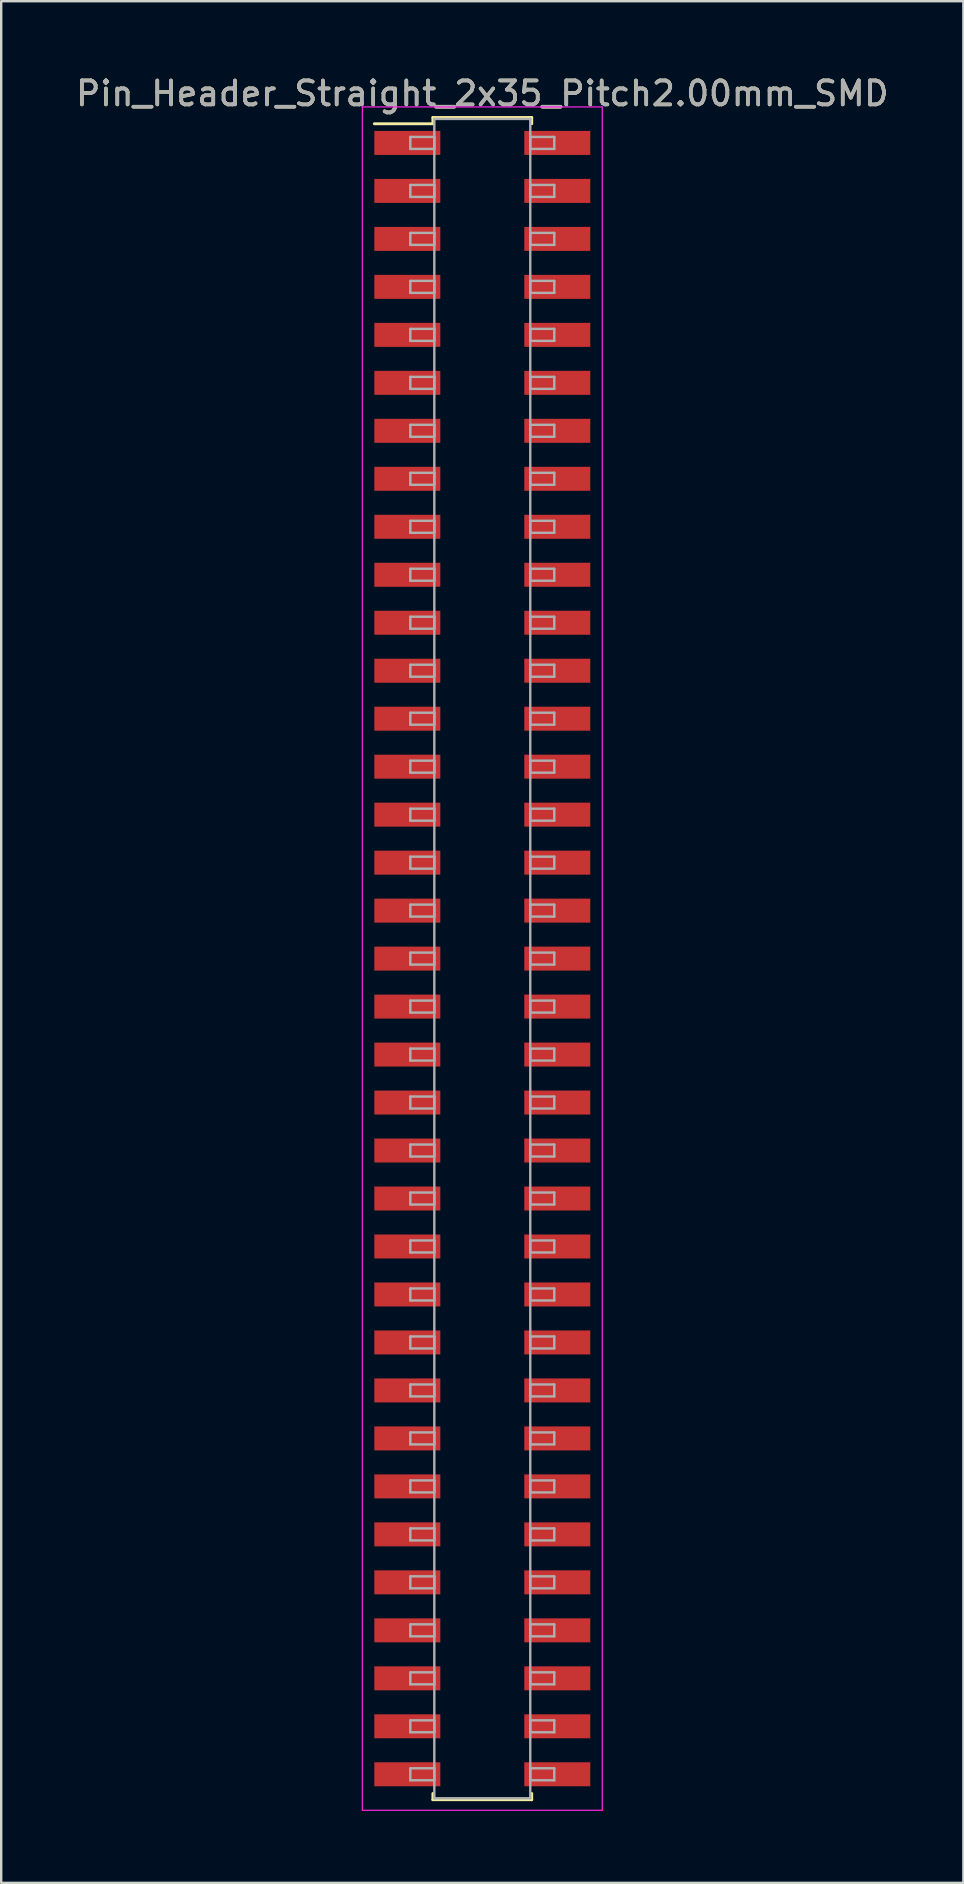
<source format=kicad_pcb>
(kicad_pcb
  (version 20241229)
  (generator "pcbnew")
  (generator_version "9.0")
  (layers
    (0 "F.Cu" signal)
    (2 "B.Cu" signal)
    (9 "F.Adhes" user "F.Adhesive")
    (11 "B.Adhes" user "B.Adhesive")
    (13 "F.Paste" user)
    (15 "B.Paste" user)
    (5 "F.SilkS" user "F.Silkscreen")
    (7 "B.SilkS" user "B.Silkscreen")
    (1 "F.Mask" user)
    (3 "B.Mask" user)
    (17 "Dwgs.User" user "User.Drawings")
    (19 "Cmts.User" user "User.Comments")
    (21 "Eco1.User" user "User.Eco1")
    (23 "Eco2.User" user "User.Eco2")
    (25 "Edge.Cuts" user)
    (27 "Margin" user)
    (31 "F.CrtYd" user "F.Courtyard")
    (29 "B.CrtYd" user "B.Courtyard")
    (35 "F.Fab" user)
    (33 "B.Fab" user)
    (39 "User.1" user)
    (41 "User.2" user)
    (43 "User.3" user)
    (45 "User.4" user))
  (footprint "Pin_Header_Straight_2x35_Pitch2.00mm_SMD"
    (layer "F.Cu")
    (at 17.054 36.908)
    (property "Reference" "Pin_Header_Straight_2x35_Pitch2.00mm_SMD" (at 0 -36.06 0) (layer "F.SilkS") (effects (font (size 1 1) (thickness 0.15))))
    (attr smd)
    (fp_line (start -4.5 -34.8) (end -2.06 -34.8) (stroke (width 0.12) (type solid)) (layer "F.SilkS"))
    (fp_line (start -2.06 -35.06) (end 2.06 -35.06) (stroke (width 0.12) (type solid)) (layer "F.SilkS"))
    (fp_line (start -2.06 -34.8) (end -2.06 -35.06) (stroke (width 0.12) (type solid)) (layer "F.SilkS"))
    (fp_line (start -2.06 34.8) (end -2.06 35.06) (stroke (width 0.12) (type solid)) (layer "F.SilkS"))
    (fp_line (start -2.06 35.06) (end 2.06 35.06) (stroke (width 0.12) (type solid)) (layer "F.SilkS"))
    (fp_line (start 2.06 -35.06) (end 2.06 -34.8) (stroke (width 0.12) (type solid)) (layer "F.SilkS"))
    (fp_line (start 2.06 35.06) (end 2.06 34.8) (stroke (width 0.12) (type solid)) (layer "F.SilkS"))
    (fp_line (start -5 -35.5) (end -5 35.5) (stroke (width 0.05) (type solid)) (layer "F.CrtYd"))
    (fp_line (start -5 35.5) (end 5 35.5) (stroke (width 0.05) (type solid)) (layer "F.CrtYd"))
    (fp_line (start 5 -35.5) (end -5 -35.5) (stroke (width 0.05) (type solid)) (layer "F.CrtYd"))
    (fp_line (start 5 35.5) (end 5 -35.5) (stroke (width 0.05) (type solid)) (layer "F.CrtYd"))
    (fp_line (start -3 -34.25) (end -2 -34.25) (stroke (width 0.1) (type solid)) (layer "F.Fab"))
    (fp_line (start -3 -33.75) (end -3 -34.25) (stroke (width 0.1) (type solid)) (layer "F.Fab"))
    (fp_line (start -3 -32.25) (end -2 -32.25) (stroke (width 0.1) (type solid)) (layer "F.Fab"))
    (fp_line (start -3 -31.75) (end -3 -32.25) (stroke (width 0.1) (type solid)) (layer "F.Fab"))
    (fp_line (start -3 -30.25) (end -2 -30.25) (stroke (width 0.1) (type solid)) (layer "F.Fab"))
    (fp_line (start -3 -29.75) (end -3 -30.25) (stroke (width 0.1) (type solid)) (layer "F.Fab"))
    (fp_line (start -3 -28.25) (end -2 -28.25) (stroke (width 0.1) (type solid)) (layer "F.Fab"))
    (fp_line (start -3 -27.75) (end -3 -28.25) (stroke (width 0.1) (type solid)) (layer "F.Fab"))
    (fp_line (start -3 -26.25) (end -2 -26.25) (stroke (width 0.1) (type solid)) (layer "F.Fab"))
    (fp_line (start -3 -25.75) (end -3 -26.25) (stroke (width 0.1) (type solid)) (layer "F.Fab"))
    (fp_line (start -3 -24.25) (end -2 -24.25) (stroke (width 0.1) (type solid)) (layer "F.Fab"))
    (fp_line (start -3 -23.75) (end -3 -24.25) (stroke (width 0.1) (type solid)) (layer "F.Fab"))
    (fp_line (start -3 -22.25) (end -2 -22.25) (stroke (width 0.1) (type solid)) (layer "F.Fab"))
    (fp_line (start -3 -21.75) (end -3 -22.25) (stroke (width 0.1) (type solid)) (layer "F.Fab"))
    (fp_line (start -3 -20.25) (end -2 -20.25) (stroke (width 0.1) (type solid)) (layer "F.Fab"))
    (fp_line (start -3 -19.75) (end -3 -20.25) (stroke (width 0.1) (type solid)) (layer "F.Fab"))
    (fp_line (start -3 -18.25) (end -2 -18.25) (stroke (width 0.1) (type solid)) (layer "F.Fab"))
    (fp_line (start -3 -17.75) (end -3 -18.25) (stroke (width 0.1) (type solid)) (layer "F.Fab"))
    (fp_line (start -3 -16.25) (end -2 -16.25) (stroke (width 0.1) (type solid)) (layer "F.Fab"))
    (fp_line (start -3 -15.75) (end -3 -16.25) (stroke (width 0.1) (type solid)) (layer "F.Fab"))
    (fp_line (start -3 -14.25) (end -2 -14.25) (stroke (width 0.1) (type solid)) (layer "F.Fab"))
    (fp_line (start -3 -13.75) (end -3 -14.25) (stroke (width 0.1) (type solid)) (layer "F.Fab"))
    (fp_line (start -3 -12.25) (end -2 -12.25) (stroke (width 0.1) (type solid)) (layer "F.Fab"))
    (fp_line (start -3 -11.75) (end -3 -12.25) (stroke (width 0.1) (type solid)) (layer "F.Fab"))
    (fp_line (start -3 -10.25) (end -2 -10.25) (stroke (width 0.1) (type solid)) (layer "F.Fab"))
    (fp_line (start -3 -9.75) (end -3 -10.25) (stroke (width 0.1) (type solid)) (layer "F.Fab"))
    (fp_line (start -3 -8.25) (end -2 -8.25) (stroke (width 0.1) (type solid)) (layer "F.Fab"))
    (fp_line (start -3 -7.75) (end -3 -8.25) (stroke (width 0.1) (type solid)) (layer "F.Fab"))
    (fp_line (start -3 -6.25) (end -2 -6.25) (stroke (width 0.1) (type solid)) (layer "F.Fab"))
    (fp_line (start -3 -5.75) (end -3 -6.25) (stroke (width 0.1) (type solid)) (layer "F.Fab"))
    (fp_line (start -3 -4.25) (end -2 -4.25) (stroke (width 0.1) (type solid)) (layer "F.Fab"))
    (fp_line (start -3 -3.75) (end -3 -4.25) (stroke (width 0.1) (type solid)) (layer "F.Fab"))
    (fp_line (start -3 -2.25) (end -2 -2.25) (stroke (width 0.1) (type solid)) (layer "F.Fab"))
    (fp_line (start -3 -1.75) (end -3 -2.25) (stroke (width 0.1) (type solid)) (layer "F.Fab"))
    (fp_line (start -3 -0.25) (end -2 -0.25) (stroke (width 0.1) (type solid)) (layer "F.Fab"))
    (fp_line (start -3 0.25) (end -3 -0.25) (stroke (width 0.1) (type solid)) (layer "F.Fab"))
    (fp_line (start -3 1.75) (end -2 1.75) (stroke (width 0.1) (type solid)) (layer "F.Fab"))
    (fp_line (start -3 2.25) (end -3 1.75) (stroke (width 0.1) (type solid)) (layer "F.Fab"))
    (fp_line (start -3 3.75) (end -2 3.75) (stroke (width 0.1) (type solid)) (layer "F.Fab"))
    (fp_line (start -3 4.25) (end -3 3.75) (stroke (width 0.1) (type solid)) (layer "F.Fab"))
    (fp_line (start -3 5.75) (end -2 5.75) (stroke (width 0.1) (type solid)) (layer "F.Fab"))
    (fp_line (start -3 6.25) (end -3 5.75) (stroke (width 0.1) (type solid)) (layer "F.Fab"))
    (fp_line (start -3 7.75) (end -2 7.75) (stroke (width 0.1) (type solid)) (layer "F.Fab"))
    (fp_line (start -3 8.25) (end -3 7.75) (stroke (width 0.1) (type solid)) (layer "F.Fab"))
    (fp_line (start -3 9.75) (end -2 9.75) (stroke (width 0.1) (type solid)) (layer "F.Fab"))
    (fp_line (start -3 10.25) (end -3 9.75) (stroke (width 0.1) (type solid)) (layer "F.Fab"))
    (fp_line (start -3 11.75) (end -2 11.75) (stroke (width 0.1) (type solid)) (layer "F.Fab"))
    (fp_line (start -3 12.25) (end -3 11.75) (stroke (width 0.1) (type solid)) (layer "F.Fab"))
    (fp_line (start -3 13.75) (end -2 13.75) (stroke (width 0.1) (type solid)) (layer "F.Fab"))
    (fp_line (start -3 14.25) (end -3 13.75) (stroke (width 0.1) (type solid)) (layer "F.Fab"))
    (fp_line (start -3 15.75) (end -2 15.75) (stroke (width 0.1) (type solid)) (layer "F.Fab"))
    (fp_line (start -3 16.25) (end -3 15.75) (stroke (width 0.1) (type solid)) (layer "F.Fab"))
    (fp_line (start -3 17.75) (end -2 17.75) (stroke (width 0.1) (type solid)) (layer "F.Fab"))
    (fp_line (start -3 18.25) (end -3 17.75) (stroke (width 0.1) (type solid)) (layer "F.Fab"))
    (fp_line (start -3 19.75) (end -2 19.75) (stroke (width 0.1) (type solid)) (layer "F.Fab"))
    (fp_line (start -3 20.25) (end -3 19.75) (stroke (width 0.1) (type solid)) (layer "F.Fab"))
    (fp_line (start -3 21.75) (end -2 21.75) (stroke (width 0.1) (type solid)) (layer "F.Fab"))
    (fp_line (start -3 22.25) (end -3 21.75) (stroke (width 0.1) (type solid)) (layer "F.Fab"))
    (fp_line (start -3 23.75) (end -2 23.75) (stroke (width 0.1) (type solid)) (layer "F.Fab"))
    (fp_line (start -3 24.25) (end -3 23.75) (stroke (width 0.1) (type solid)) (layer "F.Fab"))
    (fp_line (start -3 25.75) (end -2 25.75) (stroke (width 0.1) (type solid)) (layer "F.Fab"))
    (fp_line (start -3 26.25) (end -3 25.75) (stroke (width 0.1) (type solid)) (layer "F.Fab"))
    (fp_line (start -3 27.75) (end -2 27.75) (stroke (width 0.1) (type solid)) (layer "F.Fab"))
    (fp_line (start -3 28.25) (end -3 27.75) (stroke (width 0.1) (type solid)) (layer "F.Fab"))
    (fp_line (start -3 29.75) (end -2 29.75) (stroke (width 0.1) (type solid)) (layer "F.Fab"))
    (fp_line (start -3 30.25) (end -3 29.75) (stroke (width 0.1) (type solid)) (layer "F.Fab"))
    (fp_line (start -3 31.75) (end -2 31.75) (stroke (width 0.1) (type solid)) (layer "F.Fab"))
    (fp_line (start -3 32.25) (end -3 31.75) (stroke (width 0.1) (type solid)) (layer "F.Fab"))
    (fp_line (start -3 33.75) (end -2 33.75) (stroke (width 0.1) (type solid)) (layer "F.Fab"))
    (fp_line (start -3 34.25) (end -3 33.75) (stroke (width 0.1) (type solid)) (layer "F.Fab"))
    (fp_line (start -2 -35) (end -2 35) (stroke (width 0.1) (type solid)) (layer "F.Fab"))
    (fp_line (start -2 -34.25) (end -2 -33.75) (stroke (width 0.1) (type solid)) (layer "F.Fab"))
    (fp_line (start -2 -33.75) (end -3 -33.75) (stroke (width 0.1) (type solid)) (layer "F.Fab"))
    (fp_line (start -2 -32.25) (end -2 -31.75) (stroke (width 0.1) (type solid)) (layer "F.Fab"))
    (fp_line (start -2 -31.75) (end -3 -31.75) (stroke (width 0.1) (type solid)) (layer "F.Fab"))
    (fp_line (start -2 -30.25) (end -2 -29.75) (stroke (width 0.1) (type solid)) (layer "F.Fab"))
    (fp_line (start -2 -29.75) (end -3 -29.75) (stroke (width 0.1) (type solid)) (layer "F.Fab"))
    (fp_line (start -2 -28.25) (end -2 -27.75) (stroke (width 0.1) (type solid)) (layer "F.Fab"))
    (fp_line (start -2 -27.75) (end -3 -27.75) (stroke (width 0.1) (type solid)) (layer "F.Fab"))
    (fp_line (start -2 -26.25) (end -2 -25.75) (stroke (width 0.1) (type solid)) (layer "F.Fab"))
    (fp_line (start -2 -25.75) (end -3 -25.75) (stroke (width 0.1) (type solid)) (layer "F.Fab"))
    (fp_line (start -2 -24.25) (end -2 -23.75) (stroke (width 0.1) (type solid)) (layer "F.Fab"))
    (fp_line (start -2 -23.75) (end -3 -23.75) (stroke (width 0.1) (type solid)) (layer "F.Fab"))
    (fp_line (start -2 -22.25) (end -2 -21.75) (stroke (width 0.1) (type solid)) (layer "F.Fab"))
    (fp_line (start -2 -21.75) (end -3 -21.75) (stroke (width 0.1) (type solid)) (layer "F.Fab"))
    (fp_line (start -2 -20.25) (end -2 -19.75) (stroke (width 0.1) (type solid)) (layer "F.Fab"))
    (fp_line (start -2 -19.75) (end -3 -19.75) (stroke (width 0.1) (type solid)) (layer "F.Fab"))
    (fp_line (start -2 -18.25) (end -2 -17.75) (stroke (width 0.1) (type solid)) (layer "F.Fab"))
    (fp_line (start -2 -17.75) (end -3 -17.75) (stroke (width 0.1) (type solid)) (layer "F.Fab"))
    (fp_line (start -2 -16.25) (end -2 -15.75) (stroke (width 0.1) (type solid)) (layer "F.Fab"))
    (fp_line (start -2 -15.75) (end -3 -15.75) (stroke (width 0.1) (type solid)) (layer "F.Fab"))
    (fp_line (start -2 -14.25) (end -2 -13.75) (stroke (width 0.1) (type solid)) (layer "F.Fab"))
    (fp_line (start -2 -13.75) (end -3 -13.75) (stroke (width 0.1) (type solid)) (layer "F.Fab"))
    (fp_line (start -2 -12.25) (end -2 -11.75) (stroke (width 0.1) (type solid)) (layer "F.Fab"))
    (fp_line (start -2 -11.75) (end -3 -11.75) (stroke (width 0.1) (type solid)) (layer "F.Fab"))
    (fp_line (start -2 -10.25) (end -2 -9.75) (stroke (width 0.1) (type solid)) (layer "F.Fab"))
    (fp_line (start -2 -9.75) (end -3 -9.75) (stroke (width 0.1) (type solid)) (layer "F.Fab"))
    (fp_line (start -2 -8.25) (end -2 -7.75) (stroke (width 0.1) (type solid)) (layer "F.Fab"))
    (fp_line (start -2 -7.75) (end -3 -7.75) (stroke (width 0.1) (type solid)) (layer "F.Fab"))
    (fp_line (start -2 -6.25) (end -2 -5.75) (stroke (width 0.1) (type solid)) (layer "F.Fab"))
    (fp_line (start -2 -5.75) (end -3 -5.75) (stroke (width 0.1) (type solid)) (layer "F.Fab"))
    (fp_line (start -2 -4.25) (end -2 -3.75) (stroke (width 0.1) (type solid)) (layer "F.Fab"))
    (fp_line (start -2 -3.75) (end -3 -3.75) (stroke (width 0.1) (type solid)) (layer "F.Fab"))
    (fp_line (start -2 -2.25) (end -2 -1.75) (stroke (width 0.1) (type solid)) (layer "F.Fab"))
    (fp_line (start -2 -1.75) (end -3 -1.75) (stroke (width 0.1) (type solid)) (layer "F.Fab"))
    (fp_line (start -2 -0.25) (end -2 0.25) (stroke (width 0.1) (type solid)) (layer "F.Fab"))
    (fp_line (start -2 0.25) (end -3 0.25) (stroke (width 0.1) (type solid)) (layer "F.Fab"))
    (fp_line (start -2 1.75) (end -2 2.25) (stroke (width 0.1) (type solid)) (layer "F.Fab"))
    (fp_line (start -2 2.25) (end -3 2.25) (stroke (width 0.1) (type solid)) (layer "F.Fab"))
    (fp_line (start -2 3.75) (end -2 4.25) (stroke (width 0.1) (type solid)) (layer "F.Fab"))
    (fp_line (start -2 4.25) (end -3 4.25) (stroke (width 0.1) (type solid)) (layer "F.Fab"))
    (fp_line (start -2 5.75) (end -2 6.25) (stroke (width 0.1) (type solid)) (layer "F.Fab"))
    (fp_line (start -2 6.25) (end -3 6.25) (stroke (width 0.1) (type solid)) (layer "F.Fab"))
    (fp_line (start -2 7.75) (end -2 8.25) (stroke (width 0.1) (type solid)) (layer "F.Fab"))
    (fp_line (start -2 8.25) (end -3 8.25) (stroke (width 0.1) (type solid)) (layer "F.Fab"))
    (fp_line (start -2 9.75) (end -2 10.25) (stroke (width 0.1) (type solid)) (layer "F.Fab"))
    (fp_line (start -2 10.25) (end -3 10.25) (stroke (width 0.1) (type solid)) (layer "F.Fab"))
    (fp_line (start -2 11.75) (end -2 12.25) (stroke (width 0.1) (type solid)) (layer "F.Fab"))
    (fp_line (start -2 12.25) (end -3 12.25) (stroke (width 0.1) (type solid)) (layer "F.Fab"))
    (fp_line (start -2 13.75) (end -2 14.25) (stroke (width 0.1) (type solid)) (layer "F.Fab"))
    (fp_line (start -2 14.25) (end -3 14.25) (stroke (width 0.1) (type solid)) (layer "F.Fab"))
    (fp_line (start -2 15.75) (end -2 16.25) (stroke (width 0.1) (type solid)) (layer "F.Fab"))
    (fp_line (start -2 16.25) (end -3 16.25) (stroke (width 0.1) (type solid)) (layer "F.Fab"))
    (fp_line (start -2 17.75) (end -2 18.25) (stroke (width 0.1) (type solid)) (layer "F.Fab"))
    (fp_line (start -2 18.25) (end -3 18.25) (stroke (width 0.1) (type solid)) (layer "F.Fab"))
    (fp_line (start -2 19.75) (end -2 20.25) (stroke (width 0.1) (type solid)) (layer "F.Fab"))
    (fp_line (start -2 20.25) (end -3 20.25) (stroke (width 0.1) (type solid)) (layer "F.Fab"))
    (fp_line (start -2 21.75) (end -2 22.25) (stroke (width 0.1) (type solid)) (layer "F.Fab"))
    (fp_line (start -2 22.25) (end -3 22.25) (stroke (width 0.1) (type solid)) (layer "F.Fab"))
    (fp_line (start -2 23.75) (end -2 24.25) (stroke (width 0.1) (type solid)) (layer "F.Fab"))
    (fp_line (start -2 24.25) (end -3 24.25) (stroke (width 0.1) (type solid)) (layer "F.Fab"))
    (fp_line (start -2 25.75) (end -2 26.25) (stroke (width 0.1) (type solid)) (layer "F.Fab"))
    (fp_line (start -2 26.25) (end -3 26.25) (stroke (width 0.1) (type solid)) (layer "F.Fab"))
    (fp_line (start -2 27.75) (end -2 28.25) (stroke (width 0.1) (type solid)) (layer "F.Fab"))
    (fp_line (start -2 28.25) (end -3 28.25) (stroke (width 0.1) (type solid)) (layer "F.Fab"))
    (fp_line (start -2 29.75) (end -2 30.25) (stroke (width 0.1) (type solid)) (layer "F.Fab"))
    (fp_line (start -2 30.25) (end -3 30.25) (stroke (width 0.1) (type solid)) (layer "F.Fab"))
    (fp_line (start -2 31.75) (end -2 32.25) (stroke (width 0.1) (type solid)) (layer "F.Fab"))
    (fp_line (start -2 32.25) (end -3 32.25) (stroke (width 0.1) (type solid)) (layer "F.Fab"))
    (fp_line (start -2 33.75) (end -2 34.25) (stroke (width 0.1) (type solid)) (layer "F.Fab"))
    (fp_line (start -2 34.25) (end -3 34.25) (stroke (width 0.1) (type solid)) (layer "F.Fab"))
    (fp_line (start -2 35) (end 2 35) (stroke (width 0.1) (type solid)) (layer "F.Fab"))
    (fp_line (start 2 -35) (end -2 -35) (stroke (width 0.1) (type solid)) (layer "F.Fab"))
    (fp_line (start 2 -34.25) (end 2 -33.75) (stroke (width 0.1) (type solid)) (layer "F.Fab"))
    (fp_line (start 2 -33.75) (end 3 -33.75) (stroke (width 0.1) (type solid)) (layer "F.Fab"))
    (fp_line (start 2 -32.25) (end 2 -31.75) (stroke (width 0.1) (type solid)) (layer "F.Fab"))
    (fp_line (start 2 -31.75) (end 3 -31.75) (stroke (width 0.1) (type solid)) (layer "F.Fab"))
    (fp_line (start 2 -30.25) (end 2 -29.75) (stroke (width 0.1) (type solid)) (layer "F.Fab"))
    (fp_line (start 2 -29.75) (end 3 -29.75) (stroke (width 0.1) (type solid)) (layer "F.Fab"))
    (fp_line (start 2 -28.25) (end 2 -27.75) (stroke (width 0.1) (type solid)) (layer "F.Fab"))
    (fp_line (start 2 -27.75) (end 3 -27.75) (stroke (width 0.1) (type solid)) (layer "F.Fab"))
    (fp_line (start 2 -26.25) (end 2 -25.75) (stroke (width 0.1) (type solid)) (layer "F.Fab"))
    (fp_line (start 2 -25.75) (end 3 -25.75) (stroke (width 0.1) (type solid)) (layer "F.Fab"))
    (fp_line (start 2 -24.25) (end 2 -23.75) (stroke (width 0.1) (type solid)) (layer "F.Fab"))
    (fp_line (start 2 -23.75) (end 3 -23.75) (stroke (width 0.1) (type solid)) (layer "F.Fab"))
    (fp_line (start 2 -22.25) (end 2 -21.75) (stroke (width 0.1) (type solid)) (layer "F.Fab"))
    (fp_line (start 2 -21.75) (end 3 -21.75) (stroke (width 0.1) (type solid)) (layer "F.Fab"))
    (fp_line (start 2 -20.25) (end 2 -19.75) (stroke (width 0.1) (type solid)) (layer "F.Fab"))
    (fp_line (start 2 -19.75) (end 3 -19.75) (stroke (width 0.1) (type solid)) (layer "F.Fab"))
    (fp_line (start 2 -18.25) (end 2 -17.75) (stroke (width 0.1) (type solid)) (layer "F.Fab"))
    (fp_line (start 2 -17.75) (end 3 -17.75) (stroke (width 0.1) (type solid)) (layer "F.Fab"))
    (fp_line (start 2 -16.25) (end 2 -15.75) (stroke (width 0.1) (type solid)) (layer "F.Fab"))
    (fp_line (start 2 -15.75) (end 3 -15.75) (stroke (width 0.1) (type solid)) (layer "F.Fab"))
    (fp_line (start 2 -14.25) (end 2 -13.75) (stroke (width 0.1) (type solid)) (layer "F.Fab"))
    (fp_line (start 2 -13.75) (end 3 -13.75) (stroke (width 0.1) (type solid)) (layer "F.Fab"))
    (fp_line (start 2 -12.25) (end 2 -11.75) (stroke (width 0.1) (type solid)) (layer "F.Fab"))
    (fp_line (start 2 -11.75) (end 3 -11.75) (stroke (width 0.1) (type solid)) (layer "F.Fab"))
    (fp_line (start 2 -10.25) (end 2 -9.75) (stroke (width 0.1) (type solid)) (layer "F.Fab"))
    (fp_line (start 2 -9.75) (end 3 -9.75) (stroke (width 0.1) (type solid)) (layer "F.Fab"))
    (fp_line (start 2 -8.25) (end 2 -7.75) (stroke (width 0.1) (type solid)) (layer "F.Fab"))
    (fp_line (start 2 -7.75) (end 3 -7.75) (stroke (width 0.1) (type solid)) (layer "F.Fab"))
    (fp_line (start 2 -6.25) (end 2 -5.75) (stroke (width 0.1) (type solid)) (layer "F.Fab"))
    (fp_line (start 2 -5.75) (end 3 -5.75) (stroke (width 0.1) (type solid)) (layer "F.Fab"))
    (fp_line (start 2 -4.25) (end 2 -3.75) (stroke (width 0.1) (type solid)) (layer "F.Fab"))
    (fp_line (start 2 -3.75) (end 3 -3.75) (stroke (width 0.1) (type solid)) (layer "F.Fab"))
    (fp_line (start 2 -2.25) (end 2 -1.75) (stroke (width 0.1) (type solid)) (layer "F.Fab"))
    (fp_line (start 2 -1.75) (end 3 -1.75) (stroke (width 0.1) (type solid)) (layer "F.Fab"))
    (fp_line (start 2 -0.25) (end 2 0.25) (stroke (width 0.1) (type solid)) (layer "F.Fab"))
    (fp_line (start 2 0.25) (end 3 0.25) (stroke (width 0.1) (type solid)) (layer "F.Fab"))
    (fp_line (start 2 1.75) (end 2 2.25) (stroke (width 0.1) (type solid)) (layer "F.Fab"))
    (fp_line (start 2 2.25) (end 3 2.25) (stroke (width 0.1) (type solid)) (layer "F.Fab"))
    (fp_line (start 2 3.75) (end 2 4.25) (stroke (width 0.1) (type solid)) (layer "F.Fab"))
    (fp_line (start 2 4.25) (end 3 4.25) (stroke (width 0.1) (type solid)) (layer "F.Fab"))
    (fp_line (start 2 5.75) (end 2 6.25) (stroke (width 0.1) (type solid)) (layer "F.Fab"))
    (fp_line (start 2 6.25) (end 3 6.25) (stroke (width 0.1) (type solid)) (layer "F.Fab"))
    (fp_line (start 2 7.75) (end 2 8.25) (stroke (width 0.1) (type solid)) (layer "F.Fab"))
    (fp_line (start 2 8.25) (end 3 8.25) (stroke (width 0.1) (type solid)) (layer "F.Fab"))
    (fp_line (start 2 9.75) (end 2 10.25) (stroke (width 0.1) (type solid)) (layer "F.Fab"))
    (fp_line (start 2 10.25) (end 3 10.25) (stroke (width 0.1) (type solid)) (layer "F.Fab"))
    (fp_line (start 2 11.75) (end 2 12.25) (stroke (width 0.1) (type solid)) (layer "F.Fab"))
    (fp_line (start 2 12.25) (end 3 12.25) (stroke (width 0.1) (type solid)) (layer "F.Fab"))
    (fp_line (start 2 13.75) (end 2 14.25) (stroke (width 0.1) (type solid)) (layer "F.Fab"))
    (fp_line (start 2 14.25) (end 3 14.25) (stroke (width 0.1) (type solid)) (layer "F.Fab"))
    (fp_line (start 2 15.75) (end 2 16.25) (stroke (width 0.1) (type solid)) (layer "F.Fab"))
    (fp_line (start 2 16.25) (end 3 16.25) (stroke (width 0.1) (type solid)) (layer "F.Fab"))
    (fp_line (start 2 17.75) (end 2 18.25) (stroke (width 0.1) (type solid)) (layer "F.Fab"))
    (fp_line (start 2 18.25) (end 3 18.25) (stroke (width 0.1) (type solid)) (layer "F.Fab"))
    (fp_line (start 2 19.75) (end 2 20.25) (stroke (width 0.1) (type solid)) (layer "F.Fab"))
    (fp_line (start 2 20.25) (end 3 20.25) (stroke (width 0.1) (type solid)) (layer "F.Fab"))
    (fp_line (start 2 21.75) (end 2 22.25) (stroke (width 0.1) (type solid)) (layer "F.Fab"))
    (fp_line (start 2 22.25) (end 3 22.25) (stroke (width 0.1) (type solid)) (layer "F.Fab"))
    (fp_line (start 2 23.75) (end 2 24.25) (stroke (width 0.1) (type solid)) (layer "F.Fab"))
    (fp_line (start 2 24.25) (end 3 24.25) (stroke (width 0.1) (type solid)) (layer "F.Fab"))
    (fp_line (start 2 25.75) (end 2 26.25) (stroke (width 0.1) (type solid)) (layer "F.Fab"))
    (fp_line (start 2 26.25) (end 3 26.25) (stroke (width 0.1) (type solid)) (layer "F.Fab"))
    (fp_line (start 2 27.75) (end 2 28.25) (stroke (width 0.1) (type solid)) (layer "F.Fab"))
    (fp_line (start 2 28.25) (end 3 28.25) (stroke (width 0.1) (type solid)) (layer "F.Fab"))
    (fp_line (start 2 29.75) (end 2 30.25) (stroke (width 0.1) (type solid)) (layer "F.Fab"))
    (fp_line (start 2 30.25) (end 3 30.25) (stroke (width 0.1) (type solid)) (layer "F.Fab"))
    (fp_line (start 2 31.75) (end 2 32.25) (stroke (width 0.1) (type solid)) (layer "F.Fab"))
    (fp_line (start 2 32.25) (end 3 32.25) (stroke (width 0.1) (type solid)) (layer "F.Fab"))
    (fp_line (start 2 33.75) (end 2 34.25) (stroke (width 0.1) (type solid)) (layer "F.Fab"))
    (fp_line (start 2 34.25) (end 3 34.25) (stroke (width 0.1) (type solid)) (layer "F.Fab"))
    (fp_line (start 2 35) (end 2 -35) (stroke (width 0.1) (type solid)) (layer "F.Fab"))
    (fp_line (start 3 -34.25) (end 2 -34.25) (stroke (width 0.1) (type solid)) (layer "F.Fab"))
    (fp_line (start 3 -33.75) (end 3 -34.25) (stroke (width 0.1) (type solid)) (layer "F.Fab"))
    (fp_line (start 3 -32.25) (end 2 -32.25) (stroke (width 0.1) (type solid)) (layer "F.Fab"))
    (fp_line (start 3 -31.75) (end 3 -32.25) (stroke (width 0.1) (type solid)) (layer "F.Fab"))
    (fp_line (start 3 -30.25) (end 2 -30.25) (stroke (width 0.1) (type solid)) (layer "F.Fab"))
    (fp_line (start 3 -29.75) (end 3 -30.25) (stroke (width 0.1) (type solid)) (layer "F.Fab"))
    (fp_line (start 3 -28.25) (end 2 -28.25) (stroke (width 0.1) (type solid)) (layer "F.Fab"))
    (fp_line (start 3 -27.75) (end 3 -28.25) (stroke (width 0.1) (type solid)) (layer "F.Fab"))
    (fp_line (start 3 -26.25) (end 2 -26.25) (stroke (width 0.1) (type solid)) (layer "F.Fab"))
    (fp_line (start 3 -25.75) (end 3 -26.25) (stroke (width 0.1) (type solid)) (layer "F.Fab"))
    (fp_line (start 3 -24.25) (end 2 -24.25) (stroke (width 0.1) (type solid)) (layer "F.Fab"))
    (fp_line (start 3 -23.75) (end 3 -24.25) (stroke (width 0.1) (type solid)) (layer "F.Fab"))
    (fp_line (start 3 -22.25) (end 2 -22.25) (stroke (width 0.1) (type solid)) (layer "F.Fab"))
    (fp_line (start 3 -21.75) (end 3 -22.25) (stroke (width 0.1) (type solid)) (layer "F.Fab"))
    (fp_line (start 3 -20.25) (end 2 -20.25) (stroke (width 0.1) (type solid)) (layer "F.Fab"))
    (fp_line (start 3 -19.75) (end 3 -20.25) (stroke (width 0.1) (type solid)) (layer "F.Fab"))
    (fp_line (start 3 -18.25) (end 2 -18.25) (stroke (width 0.1) (type solid)) (layer "F.Fab"))
    (fp_line (start 3 -17.75) (end 3 -18.25) (stroke (width 0.1) (type solid)) (layer "F.Fab"))
    (fp_line (start 3 -16.25) (end 2 -16.25) (stroke (width 0.1) (type solid)) (layer "F.Fab"))
    (fp_line (start 3 -15.75) (end 3 -16.25) (stroke (width 0.1) (type solid)) (layer "F.Fab"))
    (fp_line (start 3 -14.25) (end 2 -14.25) (stroke (width 0.1) (type solid)) (layer "F.Fab"))
    (fp_line (start 3 -13.75) (end 3 -14.25) (stroke (width 0.1) (type solid)) (layer "F.Fab"))
    (fp_line (start 3 -12.25) (end 2 -12.25) (stroke (width 0.1) (type solid)) (layer "F.Fab"))
    (fp_line (start 3 -11.75) (end 3 -12.25) (stroke (width 0.1) (type solid)) (layer "F.Fab"))
    (fp_line (start 3 -10.25) (end 2 -10.25) (stroke (width 0.1) (type solid)) (layer "F.Fab"))
    (fp_line (start 3 -9.75) (end 3 -10.25) (stroke (width 0.1) (type solid)) (layer "F.Fab"))
    (fp_line (start 3 -8.25) (end 2 -8.25) (stroke (width 0.1) (type solid)) (layer "F.Fab"))
    (fp_line (start 3 -7.75) (end 3 -8.25) (stroke (width 0.1) (type solid)) (layer "F.Fab"))
    (fp_line (start 3 -6.25) (end 2 -6.25) (stroke (width 0.1) (type solid)) (layer "F.Fab"))
    (fp_line (start 3 -5.75) (end 3 -6.25) (stroke (width 0.1) (type solid)) (layer "F.Fab"))
    (fp_line (start 3 -4.25) (end 2 -4.25) (stroke (width 0.1) (type solid)) (layer "F.Fab"))
    (fp_line (start 3 -3.75) (end 3 -4.25) (stroke (width 0.1) (type solid)) (layer "F.Fab"))
    (fp_line (start 3 -2.25) (end 2 -2.25) (stroke (width 0.1) (type solid)) (layer "F.Fab"))
    (fp_line (start 3 -1.75) (end 3 -2.25) (stroke (width 0.1) (type solid)) (layer "F.Fab"))
    (fp_line (start 3 -0.25) (end 2 -0.25) (stroke (width 0.1) (type solid)) (layer "F.Fab"))
    (fp_line (start 3 0.25) (end 3 -0.25) (stroke (width 0.1) (type solid)) (layer "F.Fab"))
    (fp_line (start 3 1.75) (end 2 1.75) (stroke (width 0.1) (type solid)) (layer "F.Fab"))
    (fp_line (start 3 2.25) (end 3 1.75) (stroke (width 0.1) (type solid)) (layer "F.Fab"))
    (fp_line (start 3 3.75) (end 2 3.75) (stroke (width 0.1) (type solid)) (layer "F.Fab"))
    (fp_line (start 3 4.25) (end 3 3.75) (stroke (width 0.1) (type solid)) (layer "F.Fab"))
    (fp_line (start 3 5.75) (end 2 5.75) (stroke (width 0.1) (type solid)) (layer "F.Fab"))
    (fp_line (start 3 6.25) (end 3 5.75) (stroke (width 0.1) (type solid)) (layer "F.Fab"))
    (fp_line (start 3 7.75) (end 2 7.75) (stroke (width 0.1) (type solid)) (layer "F.Fab"))
    (fp_line (start 3 8.25) (end 3 7.75) (stroke (width 0.1) (type solid)) (layer "F.Fab"))
    (fp_line (start 3 9.75) (end 2 9.75) (stroke (width 0.1) (type solid)) (layer "F.Fab"))
    (fp_line (start 3 10.25) (end 3 9.75) (stroke (width 0.1) (type solid)) (layer "F.Fab"))
    (fp_line (start 3 11.75) (end 2 11.75) (stroke (width 0.1) (type solid)) (layer "F.Fab"))
    (fp_line (start 3 12.25) (end 3 11.75) (stroke (width 0.1) (type solid)) (layer "F.Fab"))
    (fp_line (start 3 13.75) (end 2 13.75) (stroke (width 0.1) (type solid)) (layer "F.Fab"))
    (fp_line (start 3 14.25) (end 3 13.75) (stroke (width 0.1) (type solid)) (layer "F.Fab"))
    (fp_line (start 3 15.75) (end 2 15.75) (stroke (width 0.1) (type solid)) (layer "F.Fab"))
    (fp_line (start 3 16.25) (end 3 15.75) (stroke (width 0.1) (type solid)) (layer "F.Fab"))
    (fp_line (start 3 17.75) (end 2 17.75) (stroke (width 0.1) (type solid)) (layer "F.Fab"))
    (fp_line (start 3 18.25) (end 3 17.75) (stroke (width 0.1) (type solid)) (layer "F.Fab"))
    (fp_line (start 3 19.75) (end 2 19.75) (stroke (width 0.1) (type solid)) (layer "F.Fab"))
    (fp_line (start 3 20.25) (end 3 19.75) (stroke (width 0.1) (type solid)) (layer "F.Fab"))
    (fp_line (start 3 21.75) (end 2 21.75) (stroke (width 0.1) (type solid)) (layer "F.Fab"))
    (fp_line (start 3 22.25) (end 3 21.75) (stroke (width 0.1) (type solid)) (layer "F.Fab"))
    (fp_line (start 3 23.75) (end 2 23.75) (stroke (width 0.1) (type solid)) (layer "F.Fab"))
    (fp_line (start 3 24.25) (end 3 23.75) (stroke (width 0.1) (type solid)) (layer "F.Fab"))
    (fp_line (start 3 25.75) (end 2 25.75) (stroke (width 0.1) (type solid)) (layer "F.Fab"))
    (fp_line (start 3 26.25) (end 3 25.75) (stroke (width 0.1) (type solid)) (layer "F.Fab"))
    (fp_line (start 3 27.75) (end 2 27.75) (stroke (width 0.1) (type solid)) (layer "F.Fab"))
    (fp_line (start 3 28.25) (end 3 27.75) (stroke (width 0.1) (type solid)) (layer "F.Fab"))
    (fp_line (start 3 29.75) (end 2 29.75) (stroke (width 0.1) (type solid)) (layer "F.Fab"))
    (fp_line (start 3 30.25) (end 3 29.75) (stroke (width 0.1) (type solid)) (layer "F.Fab"))
    (fp_line (start 3 31.75) (end 2 31.75) (stroke (width 0.1) (type solid)) (layer "F.Fab"))
    (fp_line (start 3 32.25) (end 3 31.75) (stroke (width 0.1) (type solid)) (layer "F.Fab"))
    (fp_line (start 3 33.75) (end 2 33.75) (stroke (width 0.1) (type solid)) (layer "F.Fab"))
    (fp_line (start 3 34.25) (end 3 33.75) (stroke (width 0.1) (type solid)) (layer "F.Fab"))
    (fp_text user "${REFERENCE}" (at 0 -36.06 0) (layer "F.Fab") (effects (font (size 1 1) (thickness 0.15))))
    (pad "1" smd rect (at -3.125 -34) (size 2.75 1) (layers "F.Cu" "F.Mask" "F.Paste"))
    (pad "2" smd rect (at 3.125 -34) (size 2.75 1) (layers "F.Cu" "F.Mask" "F.Paste"))
    (pad "3" smd rect (at -3.125 -32) (size 2.75 1) (layers "F.Cu" "F.Mask" "F.Paste"))
    (pad "4" smd rect (at 3.125 -32) (size 2.75 1) (layers "F.Cu" "F.Mask" "F.Paste"))
    (pad "5" smd rect (at -3.125 -30) (size 2.75 1) (layers "F.Cu" "F.Mask" "F.Paste"))
    (pad "6" smd rect (at 3.125 -30) (size 2.75 1) (layers "F.Cu" "F.Mask" "F.Paste"))
    (pad "7" smd rect (at -3.125 -28) (size 2.75 1) (layers "F.Cu" "F.Mask" "F.Paste"))
    (pad "8" smd rect (at 3.125 -28) (size 2.75 1) (layers "F.Cu" "F.Mask" "F.Paste"))
    (pad "9" smd rect (at -3.125 -26) (size 2.75 1) (layers "F.Cu" "F.Mask" "F.Paste"))
    (pad "10" smd rect (at 3.125 -26) (size 2.75 1) (layers "F.Cu" "F.Mask" "F.Paste"))
    (pad "11" smd rect (at -3.125 -24) (size 2.75 1) (layers "F.Cu" "F.Mask" "F.Paste"))
    (pad "12" smd rect (at 3.125 -24) (size 2.75 1) (layers "F.Cu" "F.Mask" "F.Paste"))
    (pad "13" smd rect (at -3.125 -22) (size 2.75 1) (layers "F.Cu" "F.Mask" "F.Paste"))
    (pad "14" smd rect (at 3.125 -22) (size 2.75 1) (layers "F.Cu" "F.Mask" "F.Paste"))
    (pad "15" smd rect (at -3.125 -20) (size 2.75 1) (layers "F.Cu" "F.Mask" "F.Paste"))
    (pad "16" smd rect (at 3.125 -20) (size 2.75 1) (layers "F.Cu" "F.Mask" "F.Paste"))
    (pad "17" smd rect (at -3.125 -18) (size 2.75 1) (layers "F.Cu" "F.Mask" "F.Paste"))
    (pad "18" smd rect (at 3.125 -18) (size 2.75 1) (layers "F.Cu" "F.Mask" "F.Paste"))
    (pad "19" smd rect (at -3.125 -16) (size 2.75 1) (layers "F.Cu" "F.Mask" "F.Paste"))
    (pad "20" smd rect (at 3.125 -16) (size 2.75 1) (layers "F.Cu" "F.Mask" "F.Paste"))
    (pad "21" smd rect (at -3.125 -14) (size 2.75 1) (layers "F.Cu" "F.Mask" "F.Paste"))
    (pad "22" smd rect (at 3.125 -14) (size 2.75 1) (layers "F.Cu" "F.Mask" "F.Paste"))
    (pad "23" smd rect (at -3.125 -12) (size 2.75 1) (layers "F.Cu" "F.Mask" "F.Paste"))
    (pad "24" smd rect (at 3.125 -12) (size 2.75 1) (layers "F.Cu" "F.Mask" "F.Paste"))
    (pad "25" smd rect (at -3.125 -10) (size 2.75 1) (layers "F.Cu" "F.Mask" "F.Paste"))
    (pad "26" smd rect (at 3.125 -10) (size 2.75 1) (layers "F.Cu" "F.Mask" "F.Paste"))
    (pad "27" smd rect (at -3.125 -8) (size 2.75 1) (layers "F.Cu" "F.Mask" "F.Paste"))
    (pad "28" smd rect (at 3.125 -8) (size 2.75 1) (layers "F.Cu" "F.Mask" "F.Paste"))
    (pad "29" smd rect (at -3.125 -6) (size 2.75 1) (layers "F.Cu" "F.Mask" "F.Paste"))
    (pad "30" smd rect (at 3.125 -6) (size 2.75 1) (layers "F.Cu" "F.Mask" "F.Paste"))
    (pad "31" smd rect (at -3.125 -4) (size 2.75 1) (layers "F.Cu" "F.Mask" "F.Paste"))
    (pad "32" smd rect (at 3.125 -4) (size 2.75 1) (layers "F.Cu" "F.Mask" "F.Paste"))
    (pad "33" smd rect (at -3.125 -2) (size 2.75 1) (layers "F.Cu" "F.Mask" "F.Paste"))
    (pad "34" smd rect (at 3.125 -2) (size 2.75 1) (layers "F.Cu" "F.Mask" "F.Paste"))
    (pad "35" smd rect (at -3.125 0) (size 2.75 1) (layers "F.Cu" "F.Mask" "F.Paste"))
    (pad "36" smd rect (at 3.125 0) (size 2.75 1) (layers "F.Cu" "F.Mask" "F.Paste"))
    (pad "37" smd rect (at -3.125 2) (size 2.75 1) (layers "F.Cu" "F.Mask" "F.Paste"))
    (pad "38" smd rect (at 3.125 2) (size 2.75 1) (layers "F.Cu" "F.Mask" "F.Paste"))
    (pad "39" smd rect (at -3.125 4) (size 2.75 1) (layers "F.Cu" "F.Mask" "F.Paste"))
    (pad "40" smd rect (at 3.125 4) (size 2.75 1) (layers "F.Cu" "F.Mask" "F.Paste"))
    (pad "41" smd rect (at -3.125 6) (size 2.75 1) (layers "F.Cu" "F.Mask" "F.Paste"))
    (pad "42" smd rect (at 3.125 6) (size 2.75 1) (layers "F.Cu" "F.Mask" "F.Paste"))
    (pad "43" smd rect (at -3.125 8) (size 2.75 1) (layers "F.Cu" "F.Mask" "F.Paste"))
    (pad "44" smd rect (at 3.125 8) (size 2.75 1) (layers "F.Cu" "F.Mask" "F.Paste"))
    (pad "45" smd rect (at -3.125 10) (size 2.75 1) (layers "F.Cu" "F.Mask" "F.Paste"))
    (pad "46" smd rect (at 3.125 10) (size 2.75 1) (layers "F.Cu" "F.Mask" "F.Paste"))
    (pad "47" smd rect (at -3.125 12) (size 2.75 1) (layers "F.Cu" "F.Mask" "F.Paste"))
    (pad "48" smd rect (at 3.125 12) (size 2.75 1) (layers "F.Cu" "F.Mask" "F.Paste"))
    (pad "49" smd rect (at -3.125 14) (size 2.75 1) (layers "F.Cu" "F.Mask" "F.Paste"))
    (pad "50" smd rect (at 3.125 14) (size 2.75 1) (layers "F.Cu" "F.Mask" "F.Paste"))
    (pad "51" smd rect (at -3.125 16) (size 2.75 1) (layers "F.Cu" "F.Mask" "F.Paste"))
    (pad "52" smd rect (at 3.125 16) (size 2.75 1) (layers "F.Cu" "F.Mask" "F.Paste"))
    (pad "53" smd rect (at -3.125 18) (size 2.75 1) (layers "F.Cu" "F.Mask" "F.Paste"))
    (pad "54" smd rect (at 3.125 18) (size 2.75 1) (layers "F.Cu" "F.Mask" "F.Paste"))
    (pad "55" smd rect (at -3.125 20) (size 2.75 1) (layers "F.Cu" "F.Mask" "F.Paste"))
    (pad "56" smd rect (at 3.125 20) (size 2.75 1) (layers "F.Cu" "F.Mask" "F.Paste"))
    (pad "57" smd rect (at -3.125 22) (size 2.75 1) (layers "F.Cu" "F.Mask" "F.Paste"))
    (pad "58" smd rect (at 3.125 22) (size 2.75 1) (layers "F.Cu" "F.Mask" "F.Paste"))
    (pad "59" smd rect (at -3.125 24) (size 2.75 1) (layers "F.Cu" "F.Mask" "F.Paste"))
    (pad "60" smd rect (at 3.125 24) (size 2.75 1) (layers "F.Cu" "F.Mask" "F.Paste"))
    (pad "61" smd rect (at -3.125 26) (size 2.75 1) (layers "F.Cu" "F.Mask" "F.Paste"))
    (pad "62" smd rect (at 3.125 26) (size 2.75 1) (layers "F.Cu" "F.Mask" "F.Paste"))
    (pad "63" smd rect (at -3.125 28) (size 2.75 1) (layers "F.Cu" "F.Mask" "F.Paste"))
    (pad "64" smd rect (at 3.125 28) (size 2.75 1) (layers "F.Cu" "F.Mask" "F.Paste"))
    (pad "65" smd rect (at -3.125 30) (size 2.75 1) (layers "F.Cu" "F.Mask" "F.Paste"))
    (pad "66" smd rect (at 3.125 30) (size 2.75 1) (layers "F.Cu" "F.Mask" "F.Paste"))
    (pad "67" smd rect (at -3.125 32) (size 2.75 1) (layers "F.Cu" "F.Mask" "F.Paste"))
    (pad "68" smd rect (at 3.125 32) (size 2.75 1) (layers "F.Cu" "F.Mask" "F.Paste"))
    (pad "69" smd rect (at -3.125 34) (size 2.75 1) (layers "F.Cu" "F.Mask" "F.Paste"))
    (pad "70" smd rect (at 3.125 34) (size 2.75 1) (layers "F.Cu" "F.Mask" "F.Paste")))
  (gr_rect
    (start -3 -3)
    (end 37.107 75.433)
    (stroke (width 0.1) (type default))
    (fill no)
    (layer "Edge.Cuts")))
</source>
